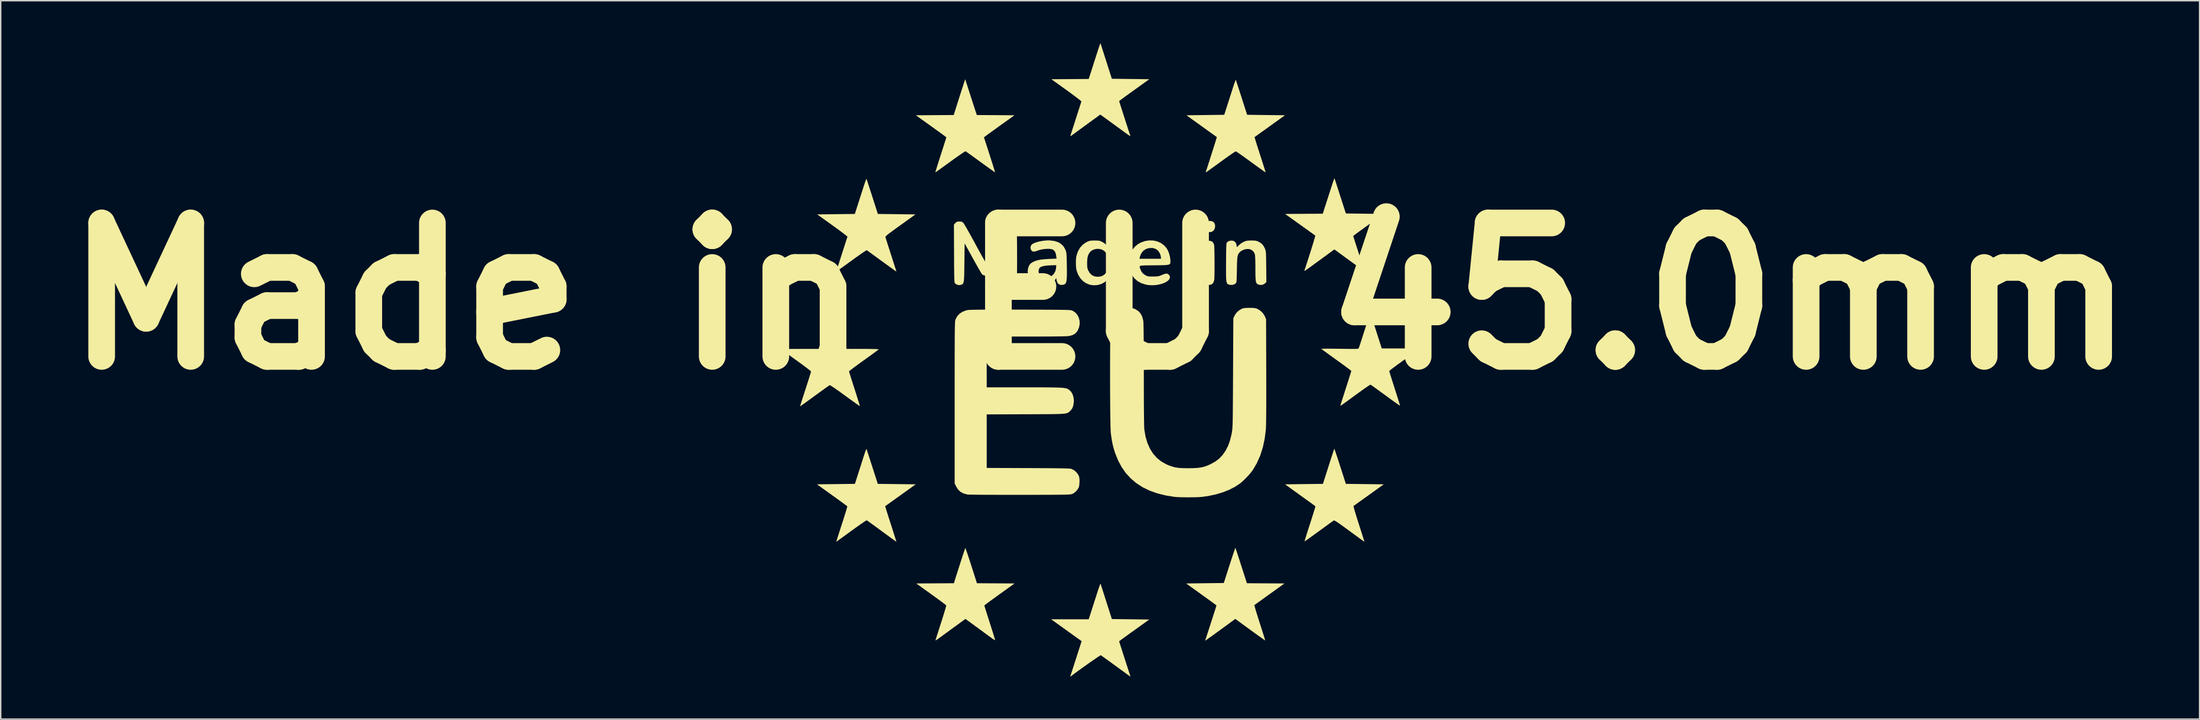
<source format=kicad_pcb>
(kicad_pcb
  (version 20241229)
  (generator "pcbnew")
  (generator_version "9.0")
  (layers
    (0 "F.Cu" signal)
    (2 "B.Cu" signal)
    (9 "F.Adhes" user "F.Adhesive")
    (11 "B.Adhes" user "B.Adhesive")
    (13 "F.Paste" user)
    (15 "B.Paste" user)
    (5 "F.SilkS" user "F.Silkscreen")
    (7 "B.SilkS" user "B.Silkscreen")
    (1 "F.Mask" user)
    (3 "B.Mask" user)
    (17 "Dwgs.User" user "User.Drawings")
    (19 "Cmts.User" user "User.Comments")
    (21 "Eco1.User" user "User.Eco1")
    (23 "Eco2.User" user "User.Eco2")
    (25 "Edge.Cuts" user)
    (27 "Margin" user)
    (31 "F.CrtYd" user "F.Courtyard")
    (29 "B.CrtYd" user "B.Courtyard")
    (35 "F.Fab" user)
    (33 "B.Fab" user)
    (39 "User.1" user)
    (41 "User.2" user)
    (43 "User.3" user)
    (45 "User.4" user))
  (footprint "Made in EU 45.0mm"
    (layer "F.Cu")
    (at 74.571 22.355)
    (property "Reference" "Made in EU 45.0mm" (at 0 -4.5 180) (layer "F.SilkS") (effects (font (size 9.423 9.423) (thickness 1.881))))
    (attr board_only exclude_from_pos_files exclude_from_bom)
    (fp_poly (pts (xy 7.812 -9.802) (xy 7.957 -9.758) (xy 8.052 -9.67) (xy 8.102 -9.537) (xy 8.111 -9.42) (xy 8.083 -9.255) (xy 8 -9.125) (xy 7.901 -9.052) (xy 7.788 -9.02) (xy 7.644 -9.014) (xy 7.497 -9.033) (xy 7.409 -9.06) (xy 7.307 -9.138) (xy 7.239 -9.256) (xy 7.211 -9.395) (xy 7.222 -9.537) (xy 7.277 -9.664) (xy 7.321 -9.715) (xy 7.391 -9.764) (xy 7.484 -9.793) (xy 7.616 -9.807)) (stroke (width 0) (type solid)) (fill yes) (layer "F.SilkS"))
    (fp_poly (pts (xy 7.832 -8.383) (xy 7.947 -8.309) (xy 8.019 -8.183) (xy 8.04 -8.104) (xy 8.047 -8.032) (xy 8.054 -7.904) (xy 8.059 -7.728) (xy 8.064 -7.516) (xy 8.067 -7.278) (xy 8.069 -7.023) (xy 8.07 -6.763) (xy 8.07 -6.507) (xy 8.069 -6.265) (xy 8.066 -6.048) (xy 8.062 -5.865) (xy 8.057 -5.728) (xy 8.05 -5.647) (xy 7.999 -5.478) (xy 7.937 -5.391) (xy 7.867 -5.328) (xy 7.792 -5.299) (xy 7.682 -5.292) (xy 7.678 -5.292) (xy 7.532 -5.308) (xy 7.427 -5.358) (xy 7.425 -5.36) (xy 7.356 -5.44) (xy 7.306 -5.543) (xy 7.303 -5.553) (xy 7.294 -5.621) (xy 7.286 -5.747) (xy 7.279 -5.919) (xy 7.274 -6.13) (xy 7.271 -6.368) (xy 7.269 -6.624) (xy 7.268 -6.889) (xy 7.269 -7.152) (xy 7.272 -7.404) (xy 7.276 -7.635) (xy 7.281 -7.835) (xy 7.288 -7.995) (xy 7.296 -8.104) (xy 7.303 -8.146) (xy 7.37 -8.283) (xy 7.48 -8.37) (xy 7.634 -8.406) (xy 7.673 -8.407)) (stroke (width 0) (type solid)) (fill yes) (layer "F.SilkS"))
    (fp_poly (pts (xy 16.539 -12.799) (xy 16.541 -12.795) (xy 16.555 -12.752) (xy 16.587 -12.653) (xy 16.635 -12.506) (xy 16.696 -12.316) (xy 16.769 -12.092) (xy 16.85 -11.841) (xy 16.937 -11.57) (xy 16.947 -11.539) (xy 17.336 -10.333) (xy 18.668 -10.316) (xy 19.999 -10.299) (xy 18.926 -9.53) (xy 18.69 -9.361) (xy 18.472 -9.203) (xy 18.278 -9.062) (xy 18.113 -8.942) (xy 17.984 -8.846) (xy 17.896 -8.779) (xy 17.855 -8.746) (xy 17.853 -8.743) (xy 17.863 -8.708) (xy 17.892 -8.617) (xy 17.936 -8.476) (xy 17.995 -8.292) (xy 18.066 -8.072) (xy 18.146 -7.824) (xy 18.233 -7.555) (xy 18.25 -7.503) (xy 18.338 -7.23) (xy 18.419 -6.978) (xy 18.49 -6.754) (xy 18.55 -6.564) (xy 18.596 -6.415) (xy 18.625 -6.315) (xy 18.637 -6.271) (xy 18.637 -6.269) (xy 18.609 -6.286) (xy 18.533 -6.338) (xy 18.414 -6.421) (xy 18.26 -6.531) (xy 18.074 -6.665) (xy 17.864 -6.817) (xy 17.635 -6.983) (xy 17.576 -7.026) (xy 16.524 -7.794) (xy 15.522 -7.061) (xy 15.245 -6.858) (xy 15.017 -6.691) (xy 14.834 -6.558) (xy 14.691 -6.456) (xy 14.583 -6.38) (xy 14.506 -6.328) (xy 14.455 -6.296) (xy 14.425 -6.283) (xy 14.411 -6.283) (xy 14.41 -6.295) (xy 14.415 -6.316) (xy 14.416 -6.319) (xy 14.524 -6.647) (xy 14.63 -6.973) (xy 14.732 -7.29) (xy 14.828 -7.593) (xy 14.917 -7.874) (xy 14.995 -8.129) (xy 15.062 -8.35) (xy 15.116 -8.531) (xy 15.154 -8.666) (xy 15.174 -8.749) (xy 15.177 -8.774) (xy 15.144 -8.797) (xy 15.063 -8.855) (xy 14.94 -8.943) (xy 14.781 -9.057) (xy 14.592 -9.193) (xy 14.378 -9.346) (xy 14.147 -9.512) (xy 14.1 -9.546) (xy 13.05 -10.299) (xy 14.378 -10.308) (xy 15.706 -10.317) (xy 15.994 -11.212) (xy 16.112 -11.578) (xy 16.211 -11.885) (xy 16.293 -12.138) (xy 16.36 -12.342) (xy 16.413 -12.502) (xy 16.454 -12.621) (xy 16.485 -12.707) (xy 16.507 -12.762) (xy 16.523 -12.793) (xy 16.533 -12.803)) (stroke (width 0) (type solid)) (fill yes) (layer "F.SilkS"))
    (fp_poly (pts (xy 0.043 15.853) (xy 0.074 15.951) (xy 0.122 16.099) (xy 0.182 16.288) (xy 0.254 16.513) (xy 0.335 16.765) (xy 0.422 17.037) (xy 0.436 17.082) (xy 0.827 18.304) (xy 2.145 18.321) (xy 3.463 18.338) (xy 2.477 19.046) (xy 2.247 19.211) (xy 2.032 19.365) (xy 1.839 19.505) (xy 1.673 19.625) (xy 1.543 19.72) (xy 1.454 19.786) (xy 1.414 19.816) (xy 1.338 19.878) (xy 1.725 21.084) (xy 1.813 21.357) (xy 1.895 21.61) (xy 1.968 21.837) (xy 2.03 22.03) (xy 2.079 22.183) (xy 2.113 22.287) (xy 2.128 22.335) (xy 2.129 22.337) (xy 2.13 22.365) (xy 2.102 22.35) (xy 2.056 22.315) (xy 1.964 22.248) (xy 1.835 22.154) (xy 1.676 22.038) (xy 1.494 21.906) (xy 1.297 21.762) (xy 1.092 21.613) (xy 0.887 21.464) (xy 0.688 21.32) (xy 0.504 21.186) (xy 0.341 21.068) (xy 0.206 20.971) (xy 0.108 20.901) (xy 0.054 20.862) (xy 0.045 20.856) (xy 0.013 20.871) (xy -0.067 20.921) (xy -0.186 21) (xy -0.339 21.104) (xy -0.518 21.227) (xy -0.715 21.365) (xy -0.925 21.513) (xy -1.14 21.666) (xy -1.353 21.819) (xy -1.557 21.966) (xy -1.745 22.104) (xy -1.909 22.227) (xy -2.044 22.329) (xy -2.075 22.353) (xy -2.109 22.372) (xy -2.105 22.341) (xy -2.104 22.34) (xy -2.09 22.296) (xy -2.058 22.197) (xy -2.011 22.053) (xy -1.952 21.871) (xy -1.884 21.662) (xy -1.811 21.433) (xy -1.734 21.194) (xy -1.657 20.955) (xy -1.583 20.723) (xy -1.514 20.509) (xy -1.454 20.32) (xy -1.404 20.165) (xy -1.369 20.055) (xy -1.354 20.006) (xy -1.31 19.865) (xy -2.385 19.093) (xy -3.459 18.321) (xy -2.133 18.321) (xy -0.808 18.321) (xy -0.569 17.576) (xy -0.487 17.322) (xy -0.4 17.05) (xy -0.313 16.779) (xy -0.233 16.531) (xy -0.167 16.323) (xy -0.158 16.297) (xy -0.101 16.124) (xy -0.051 15.981) (xy -0.009 15.875) (xy 0.019 15.817) (xy 0.029 15.811)) (stroke (width 0) (type solid)) (fill yes) (layer "F.SilkS"))
    (fp_poly (pts (xy -9.247 -18.957) (xy -9.165 -18.703) (xy -9.081 -18.444) (xy -9.001 -18.196) (xy -8.929 -17.973) (xy -8.869 -17.789) (xy -8.838 -17.693) (xy -8.703 -17.283) (xy -7.374 -17.275) (xy -6.046 -17.266) (xy -7 -16.582) (xy -7.229 -16.418) (xy -7.444 -16.262) (xy -7.64 -16.121) (xy -7.809 -15.999) (xy -7.944 -15.901) (xy -8.037 -15.833) (xy -8.076 -15.803) (xy -8.198 -15.709) (xy -7.801 -14.479) (xy -7.714 -14.206) (xy -7.633 -13.953) (xy -7.562 -13.728) (xy -7.503 -13.537) (xy -7.458 -13.387) (xy -7.428 -13.286) (xy -7.416 -13.24) (xy -7.416 -13.238) (xy -7.445 -13.255) (xy -7.522 -13.307) (xy -7.64 -13.39) (xy -7.795 -13.5) (xy -7.979 -13.632) (xy -8.188 -13.784) (xy -8.415 -13.949) (xy -8.442 -13.968) (xy -8.672 -14.136) (xy -8.886 -14.292) (xy -9.078 -14.43) (xy -9.241 -14.547) (xy -9.369 -14.639) (xy -9.457 -14.699) (xy -9.497 -14.726) (xy -9.498 -14.726) (xy -9.534 -14.711) (xy -9.617 -14.659) (xy -9.742 -14.577) (xy -9.902 -14.467) (xy -10.092 -14.334) (xy -10.305 -14.183) (xy -10.535 -14.017) (xy -10.577 -13.986) (xy -10.808 -13.818) (xy -11.023 -13.662) (xy -11.214 -13.524) (xy -11.376 -13.407) (xy -11.503 -13.317) (xy -11.589 -13.256) (xy -11.628 -13.231) (xy -11.63 -13.23) (xy -11.623 -13.261) (xy -11.598 -13.348) (xy -11.557 -13.486) (xy -11.501 -13.666) (xy -11.433 -13.883) (xy -11.355 -14.13) (xy -11.269 -14.398) (xy -11.249 -14.461) (xy -11.161 -14.735) (xy -11.079 -14.988) (xy -11.007 -15.214) (xy -10.946 -15.406) (xy -10.898 -15.557) (xy -10.866 -15.659) (xy -10.852 -15.706) (xy -10.852 -15.708) (xy -10.878 -15.731) (xy -10.953 -15.788) (xy -11.071 -15.876) (xy -11.226 -15.989) (xy -11.412 -16.125) (xy -11.624 -16.278) (xy -11.856 -16.445) (xy -11.927 -16.496) (xy -13.001 -17.266) (xy -11.667 -17.275) (xy -10.333 -17.284) (xy -10.017 -18.28) (xy -9.934 -18.541) (xy -9.853 -18.794) (xy -9.778 -19.03) (xy -9.711 -19.236) (xy -9.657 -19.403) (xy -9.619 -19.52) (xy -9.611 -19.544) (xy -9.522 -19.811)) (stroke (width 0) (type solid)) (fill yes) (layer "F.SilkS"))
    (fp_poly (pts (xy -9.502 13.315) (xy -9.469 13.398) (xy -9.422 13.531) (xy -9.361 13.709) (xy -9.289 13.923) (xy -9.208 14.168) (xy -9.121 14.438) (xy -9.094 14.52) (xy -8.694 15.775) (xy -7.367 15.783) (xy -6.04 15.792) (xy -7.106 16.558) (xy -7.341 16.728) (xy -7.558 16.885) (xy -7.752 17.027) (xy -7.915 17.148) (xy -8.044 17.244) (xy -8.131 17.311) (xy -8.171 17.345) (xy -8.172 17.347) (xy -8.163 17.384) (xy -8.134 17.476) (xy -8.09 17.619) (xy -8.032 17.803) (xy -7.962 18.023) (xy -7.883 18.271) (xy -7.797 18.54) (xy -7.787 18.572) (xy -7.7 18.843) (xy -7.621 19.094) (xy -7.551 19.317) (xy -7.493 19.507) (xy -7.448 19.654) (xy -7.42 19.754) (xy -7.41 19.797) (xy -7.41 19.798) (xy -7.438 19.79) (xy -7.509 19.748) (xy -7.61 19.68) (xy -7.704 19.613) (xy -7.808 19.536) (xy -7.957 19.427) (xy -8.138 19.295) (xy -8.341 19.146) (xy -8.555 18.989) (xy -8.747 18.849) (xy -9.505 18.294) (xy -10.422 18.963) (xy -10.646 19.127) (xy -10.859 19.283) (xy -11.054 19.425) (xy -11.222 19.547) (xy -11.356 19.644) (xy -11.449 19.711) (xy -11.483 19.735) (xy -11.567 19.792) (xy -11.608 19.813) (xy -11.616 19.799) (xy -11.606 19.757) (xy -11.59 19.707) (xy -11.557 19.602) (xy -11.508 19.448) (xy -11.446 19.254) (xy -11.373 19.027) (xy -11.292 18.776) (xy -11.214 18.53) (xy -11.129 18.264) (xy -11.053 18.018) (xy -10.986 17.799) (xy -10.931 17.614) (xy -10.891 17.471) (xy -10.867 17.377) (xy -10.861 17.34) (xy -10.891 17.312) (xy -10.97 17.25) (xy -11.091 17.157) (xy -11.248 17.04) (xy -11.436 16.901) (xy -11.649 16.746) (xy -11.88 16.579) (xy -11.925 16.546) (xy -12.974 15.792) (xy -11.646 15.783) (xy -10.318 15.775) (xy -10.254 15.566) (xy -10.188 15.354) (xy -10.114 15.12) (xy -10.035 14.871) (xy -9.953 14.614) (xy -9.871 14.359) (xy -9.792 14.114) (xy -9.718 13.886) (xy -9.651 13.683) (xy -9.595 13.515) (xy -9.552 13.387) (xy -9.525 13.31) (xy -9.516 13.29)) (stroke (width 0) (type solid)) (fill yes) (layer "F.SilkS"))
    (fp_poly (pts (xy 3.737 -8.424) (xy 4.012 -8.365) (xy 4.265 -8.257) (xy 4.488 -8.103) (xy 4.671 -7.903) (xy 4.771 -7.741) (xy 4.857 -7.528) (xy 4.921 -7.287) (xy 4.954 -7.053) (xy 4.957 -6.98) (xy 4.956 -6.901) (xy 4.951 -6.837) (xy 4.934 -6.787) (xy 4.898 -6.749) (xy 4.837 -6.721) (xy 4.745 -6.702) (xy 4.615 -6.689) (xy 4.44 -6.681) (xy 4.214 -6.677) (xy 3.93 -6.673) (xy 3.798 -6.672) (xy 3.504 -6.67) (xy 3.27 -6.667) (xy 3.091 -6.663) (xy 2.959 -6.656) (xy 2.87 -6.643) (xy 2.815 -6.623) (xy 2.789 -6.595) (xy 2.786 -6.557) (xy 2.799 -6.506) (xy 2.822 -6.442) (xy 2.834 -6.409) (xy 2.91 -6.234) (xy 3.011 -6.103) (xy 3.154 -5.996) (xy 3.194 -5.973) (xy 3.275 -5.931) (xy 3.347 -5.904) (xy 3.428 -5.888) (xy 3.535 -5.881) (xy 3.687 -5.88) (xy 3.735 -5.88) (xy 3.907 -5.883) (xy 4.033 -5.891) (xy 4.133 -5.908) (xy 4.228 -5.938) (xy 4.321 -5.976) (xy 4.492 -6.045) (xy 4.619 -6.081) (xy 4.712 -6.086) (xy 4.785 -6.06) (xy 4.838 -6.017) (xy 4.911 -5.91) (xy 4.925 -5.802) (xy 4.884 -5.697) (xy 4.796 -5.596) (xy 4.667 -5.504) (xy 4.503 -5.423) (xy 4.312 -5.355) (xy 4.099 -5.304) (xy 3.871 -5.273) (xy 3.635 -5.264) (xy 3.397 -5.28) (xy 3.229 -5.308) (xy 2.913 -5.407) (xy 2.643 -5.553) (xy 2.421 -5.746) (xy 2.247 -5.982) (xy 2.125 -6.26) (xy 2.055 -6.578) (xy 2.039 -6.849) (xy 2.06 -7.134) (xy 2.775 -7.134) (xy 3.531 -7.134) (xy 4.287 -7.134) (xy 4.287 -7.243) (xy 4.272 -7.336) (xy 4.235 -7.454) (xy 4.206 -7.526) (xy 4.091 -7.7) (xy 3.936 -7.822) (xy 3.745 -7.888) (xy 3.674 -7.897) (xy 3.434 -7.887) (xy 3.221 -7.818) (xy 3.042 -7.695) (xy 2.904 -7.523) (xy 2.813 -7.307) (xy 2.797 -7.243) (xy 2.775 -7.134) (xy 2.06 -7.134) (xy 2.065 -7.198) (xy 2.145 -7.507) (xy 2.277 -7.776) (xy 2.462 -8.003) (xy 2.698 -8.188) (xy 2.867 -8.28) (xy 3.156 -8.383) (xy 3.449 -8.431)) (stroke (width 0) (type solid)) (fill yes) (layer "F.SilkS"))
    (fp_poly (pts (xy 9.546 13.293) (xy 9.56 13.326) (xy 9.58 13.385) (xy 9.611 13.474) (xy 9.652 13.598) (xy 9.705 13.761) (xy 9.772 13.968) (xy 9.855 14.224) (xy 9.954 14.534) (xy 10.072 14.901) (xy 10.097 14.98) (xy 10.353 15.775) (xy 11.677 15.783) (xy 13.001 15.792) (xy 11.955 16.546) (xy 11.721 16.714) (xy 11.504 16.87) (xy 11.31 17.01) (xy 11.145 17.128) (xy 11.015 17.222) (xy 10.926 17.286) (xy 10.884 17.315) (xy 10.882 17.317) (xy 10.886 17.352) (xy 10.909 17.443) (xy 10.949 17.584) (xy 11.003 17.768) (xy 11.071 17.987) (xy 11.148 18.236) (xy 11.234 18.506) (xy 11.255 18.571) (xy 11.343 18.845) (xy 11.424 19.098) (xy 11.496 19.324) (xy 11.556 19.516) (xy 11.602 19.666) (xy 11.632 19.768) (xy 11.645 19.815) (xy 11.645 19.817) (xy 11.616 19.8) (xy 11.54 19.748) (xy 11.421 19.664) (xy 11.266 19.554) (xy 11.081 19.42) (xy 10.87 19.268) (xy 10.641 19.102) (xy 10.584 19.06) (xy 9.534 18.294) (xy 9.364 18.419) (xy 9.14 18.584) (xy 8.907 18.755) (xy 8.671 18.927) (xy 8.438 19.097) (xy 8.214 19.26) (xy 8.006 19.41) (xy 7.819 19.545) (xy 7.661 19.658) (xy 7.537 19.746) (xy 7.454 19.804) (xy 7.418 19.828) (xy 7.417 19.828) (xy 7.411 19.808) (xy 7.413 19.803) (xy 7.426 19.767) (xy 7.456 19.677) (xy 7.501 19.539) (xy 7.559 19.364) (xy 7.625 19.158) (xy 7.699 18.932) (xy 7.776 18.693) (xy 7.854 18.45) (xy 7.931 18.211) (xy 8.004 17.984) (xy 8.069 17.78) (xy 8.125 17.604) (xy 8.168 17.467) (xy 8.196 17.377) (xy 8.206 17.342) (xy 8.206 17.342) (xy 8.18 17.32) (xy 8.105 17.264) (xy 7.987 17.177) (xy 7.832 17.063) (xy 7.646 16.928) (xy 7.435 16.775) (xy 7.204 16.609) (xy 7.137 16.561) (xy 6.068 15.792) (xy 7.396 15.775) (xy 8.723 15.759) (xy 9.124 14.511) (xy 9.212 14.237) (xy 9.295 13.984) (xy 9.369 13.76) (xy 9.433 13.571) (xy 9.483 13.423) (xy 9.519 13.324) (xy 9.537 13.281) (xy 9.539 13.279)) (stroke (width 0) (type solid)) (fill yes) (layer "F.SilkS"))
    (fp_poly (pts (xy 0.035 -22.317) (xy 0.065 -22.222) (xy 0.111 -22.078) (xy 0.171 -21.891) (xy 0.242 -21.669) (xy 0.322 -21.418) (xy 0.409 -21.147) (xy 0.429 -21.084) (xy 0.825 -19.845) (xy 2.146 -19.828) (xy 3.467 -19.811) (xy 2.403 -19.048) (xy 2.168 -18.879) (xy 1.952 -18.722) (xy 1.759 -18.582) (xy 1.595 -18.462) (xy 1.468 -18.368) (xy 1.381 -18.302) (xy 1.342 -18.271) (xy 1.34 -18.269) (xy 1.35 -18.236) (xy 1.377 -18.147) (xy 1.42 -18.012) (xy 1.475 -17.838) (xy 1.54 -17.635) (xy 1.612 -17.41) (xy 1.688 -17.172) (xy 1.766 -16.93) (xy 1.843 -16.691) (xy 1.916 -16.465) (xy 1.982 -16.26) (xy 2.039 -16.084) (xy 2.084 -15.946) (xy 2.11 -15.866) (xy 2.12 -15.838) (xy 2.129 -15.815) (xy 2.13 -15.801) (xy 2.118 -15.799) (xy 2.09 -15.812) (xy 2.04 -15.844) (xy 1.962 -15.897) (xy 1.853 -15.975) (xy 1.707 -16.081) (xy 1.518 -16.218) (xy 1.284 -16.389) (xy 1.139 -16.495) (xy 0.916 -16.658) (xy 0.706 -16.81) (xy 0.517 -16.948) (xy 0.355 -17.066) (xy 0.228 -17.158) (xy 0.143 -17.219) (xy 0.113 -17.241) (xy 0.008 -17.315) (xy -0.892 -16.659) (xy -1.116 -16.495) (xy -1.329 -16.34) (xy -1.525 -16.197) (xy -1.694 -16.073) (xy -1.83 -15.974) (xy -1.924 -15.906) (xy -1.955 -15.883) (xy -2.044 -15.819) (xy -2.09 -15.793) (xy -2.103 -15.801) (xy -2.094 -15.841) (xy -2.093 -15.845) (xy -2.078 -15.893) (xy -2.045 -15.995) (xy -1.998 -16.143) (xy -1.939 -16.327) (xy -1.871 -16.539) (xy -1.796 -16.77) (xy -1.719 -17.011) (xy -1.641 -17.254) (xy -1.566 -17.488) (xy -1.496 -17.706) (xy -1.434 -17.899) (xy -1.384 -18.057) (xy -1.347 -18.172) (xy -1.326 -18.234) (xy -1.324 -18.242) (xy -1.347 -18.269) (xy -1.42 -18.331) (xy -1.535 -18.422) (xy -1.688 -18.539) (xy -1.872 -18.678) (xy -2.083 -18.833) (xy -2.313 -19) (xy -2.376 -19.046) (xy -3.441 -19.811) (xy -2.124 -19.82) (xy -0.807 -19.829) (xy -0.568 -20.574) (xy -0.487 -20.828) (xy -0.4 -21.1) (xy -0.313 -21.37) (xy -0.233 -21.619) (xy -0.167 -21.826) (xy -0.158 -21.852) (xy -0.102 -22.026) (xy -0.052 -22.173) (xy -0.012 -22.282) (xy 0.014 -22.345) (xy 0.022 -22.355)) (stroke (width 0) (type solid)) (fill yes) (layer "F.SilkS"))
    (fp_poly (pts (xy 16.532 6.306) (xy 16.563 6.391) (xy 16.61 6.526) (xy 16.67 6.705) (xy 16.742 6.92) (xy 16.822 7.166) (xy 16.91 7.435) (xy 16.934 7.512) (xy 17.335 8.759) (xy 18.672 8.775) (xy 20.008 8.792) (xy 18.959 9.546) (xy 18.724 9.714) (xy 18.506 9.87) (xy 18.311 10.01) (xy 18.145 10.129) (xy 18.013 10.223) (xy 17.923 10.288) (xy 17.879 10.319) (xy 17.877 10.32) (xy 17.879 10.357) (xy 17.901 10.451) (xy 17.941 10.597) (xy 17.998 10.791) (xy 18.069 11.027) (xy 18.154 11.298) (xy 18.248 11.592) (xy 18.337 11.868) (xy 18.418 12.123) (xy 18.491 12.35) (xy 18.552 12.542) (xy 18.599 12.694) (xy 18.631 12.797) (xy 18.645 12.845) (xy 18.645 12.848) (xy 18.618 12.83) (xy 18.542 12.776) (xy 18.424 12.692) (xy 18.27 12.58) (xy 18.085 12.446) (xy 17.875 12.293) (xy 17.646 12.125) (xy 17.587 12.082) (xy 17.32 11.886) (xy 17.101 11.727) (xy 16.925 11.601) (xy 16.787 11.505) (xy 16.682 11.434) (xy 16.605 11.387) (xy 16.549 11.359) (xy 16.511 11.347) (xy 16.484 11.347) (xy 16.465 11.355) (xy 16.423 11.384) (xy 16.333 11.449) (xy 16.202 11.543) (xy 16.037 11.662) (xy 15.844 11.803) (xy 15.63 11.958) (xy 15.413 12.117) (xy 15.188 12.28) (xy 14.981 12.43) (xy 14.797 12.562) (xy 14.643 12.672) (xy 14.525 12.754) (xy 14.448 12.806) (xy 14.419 12.822) (xy 14.426 12.789) (xy 14.452 12.699) (xy 14.494 12.559) (xy 14.551 12.376) (xy 14.62 12.157) (xy 14.699 11.91) (xy 14.785 11.641) (xy 14.803 11.588) (xy 14.891 11.315) (xy 14.971 11.063) (xy 15.042 10.837) (xy 15.101 10.646) (xy 15.147 10.496) (xy 15.176 10.394) (xy 15.187 10.348) (xy 15.187 10.346) (xy 15.156 10.32) (xy 15.082 10.263) (xy 14.973 10.182) (xy 14.839 10.084) (xy 14.78 10.042) (xy 14.634 9.937) (xy 14.448 9.803) (xy 14.237 9.651) (xy 14.014 9.49) (xy 13.795 9.332) (xy 13.716 9.275) (xy 13.046 8.792) (xy 14.381 8.775) (xy 15.717 8.759) (xy 16.111 7.525) (xy 16.199 7.251) (xy 16.281 6.998) (xy 16.354 6.771) (xy 16.417 6.58) (xy 16.467 6.429) (xy 16.501 6.327) (xy 16.518 6.281) (xy 16.52 6.278)) (stroke (width 0) (type solid)) (fill yes) (layer "F.SilkS"))
    (fp_poly (pts (xy -16.483 6.297) (xy -16.469 6.339) (xy -16.437 6.438) (xy -16.389 6.586) (xy -16.328 6.775) (xy -16.255 7) (xy -16.174 7.251) (xy -16.087 7.522) (xy -16.077 7.553) (xy -15.689 8.759) (xy -14.352 8.775) (xy -13.015 8.792) (xy -14.085 9.56) (xy -14.321 9.729) (xy -14.54 9.886) (xy -14.735 10.025) (xy -14.9 10.144) (xy -15.031 10.238) (xy -15.121 10.302) (xy -15.163 10.333) (xy -15.166 10.335) (xy -15.158 10.367) (xy -15.132 10.456) (xy -15.09 10.596) (xy -15.033 10.778) (xy -14.964 10.997) (xy -14.885 11.245) (xy -14.798 11.515) (xy -14.774 11.592) (xy -14.685 11.867) (xy -14.604 12.122) (xy -14.532 12.349) (xy -14.471 12.542) (xy -14.424 12.693) (xy -14.392 12.796) (xy -14.379 12.844) (xy -14.378 12.847) (xy -14.406 12.829) (xy -14.482 12.775) (xy -14.599 12.691) (xy -14.753 12.579) (xy -14.937 12.445) (xy -15.146 12.292) (xy -15.372 12.126) (xy -15.407 12.1) (xy -15.638 11.931) (xy -15.852 11.774) (xy -16.045 11.634) (xy -16.209 11.515) (xy -16.338 11.423) (xy -16.426 11.36) (xy -16.468 11.332) (xy -16.47 11.332) (xy -16.505 11.347) (xy -16.588 11.398) (xy -16.713 11.481) (xy -16.873 11.591) (xy -17.063 11.724) (xy -17.276 11.876) (xy -17.508 12.043) (xy -17.567 12.086) (xy -17.799 12.256) (xy -18.014 12.413) (xy -18.206 12.552) (xy -18.368 12.669) (xy -18.495 12.76) (xy -18.581 12.821) (xy -18.621 12.847) (xy -18.622 12.848) (xy -18.613 12.815) (xy -18.584 12.725) (xy -18.54 12.586) (xy -18.481 12.403) (xy -18.411 12.184) (xy -18.331 11.936) (xy -18.244 11.666) (xy -18.224 11.602) (xy -18.135 11.328) (xy -18.055 11.073) (xy -17.984 10.846) (xy -17.925 10.652) (xy -17.879 10.499) (xy -17.85 10.395) (xy -17.839 10.346) (xy -17.839 10.343) (xy -17.869 10.319) (xy -17.947 10.26) (xy -18.068 10.171) (xy -18.225 10.056) (xy -18.413 9.919) (xy -18.626 9.765) (xy -18.858 9.598) (xy -18.917 9.556) (xy -19.979 8.792) (xy -18.641 8.775) (xy -17.303 8.759) (xy -17.041 7.938) (xy -16.96 7.685) (xy -16.877 7.425) (xy -16.797 7.174) (xy -16.724 6.947) (xy -16.665 6.76) (xy -16.64 6.682) (xy -16.589 6.528) (xy -16.544 6.406) (xy -16.508 6.325) (xy -16.487 6.294)) (stroke (width 0) (type solid)) (fill yes) (layer "F.SilkS"))
    (fp_poly (pts (xy 9.59 -19.718) (xy 9.622 -19.62) (xy 9.67 -19.472) (xy 9.731 -19.282) (xy 9.804 -19.058) (xy 9.885 -18.807) (xy 9.972 -18.536) (xy 9.982 -18.505) (xy 10.369 -17.299) (xy 11.705 -17.283) (xy 13.04 -17.266) (xy 11.971 -16.499) (xy 11.736 -16.329) (xy 11.517 -16.173) (xy 11.323 -16.033) (xy 11.157 -15.914) (xy 11.027 -15.821) (xy 10.938 -15.756) (xy 10.895 -15.726) (xy 10.893 -15.724) (xy 10.9 -15.692) (xy 10.927 -15.603) (xy 10.97 -15.464) (xy 11.026 -15.282) (xy 11.095 -15.064) (xy 11.174 -14.816) (xy 11.261 -14.547) (xy 11.282 -14.482) (xy 11.37 -14.208) (xy 11.451 -13.954) (xy 11.522 -13.728) (xy 11.582 -13.537) (xy 11.628 -13.386) (xy 11.658 -13.284) (xy 11.67 -13.237) (xy 11.67 -13.235) (xy 11.642 -13.251) (xy 11.566 -13.303) (xy 11.447 -13.386) (xy 11.293 -13.497) (xy 11.108 -13.629) (xy 10.899 -13.781) (xy 10.672 -13.946) (xy 10.637 -13.972) (xy 10.406 -14.14) (xy 10.19 -14.295) (xy 9.997 -14.433) (xy 9.831 -14.548) (xy 9.7 -14.638) (xy 9.61 -14.696) (xy 9.566 -14.72) (xy 9.564 -14.72) (xy 9.527 -14.701) (xy 9.442 -14.647) (xy 9.315 -14.561) (xy 9.154 -14.449) (xy 8.963 -14.314) (xy 8.75 -14.161) (xy 8.52 -13.995) (xy 8.494 -13.975) (xy 8.264 -13.808) (xy 8.052 -13.654) (xy 7.862 -13.517) (xy 7.702 -13.402) (xy 7.577 -13.313) (xy 7.493 -13.254) (xy 7.457 -13.23) (xy 7.456 -13.23) (xy 7.453 -13.257) (xy 7.47 -13.322) (xy 7.516 -13.461) (xy 7.573 -13.637) (xy 7.64 -13.844) (xy 7.713 -14.072) (xy 7.79 -14.313) (xy 7.868 -14.559) (xy 7.945 -14.801) (xy 8.018 -15.032) (xy 8.085 -15.243) (xy 8.142 -15.426) (xy 8.187 -15.572) (xy 8.218 -15.673) (xy 8.231 -15.722) (xy 8.232 -15.724) (xy 8.204 -15.745) (xy 8.127 -15.8) (xy 8.007 -15.886) (xy 7.851 -15.998) (xy 7.664 -16.133) (xy 7.452 -16.285) (xy 7.221 -16.451) (xy 7.156 -16.498) (xy 6.088 -17.266) (xy 7.422 -17.283) (xy 8.755 -17.299) (xy 8.991 -18.037) (xy 9.072 -18.288) (xy 9.158 -18.557) (xy 9.243 -18.823) (xy 9.321 -19.067) (xy 9.385 -19.269) (xy 9.393 -19.291) (xy 9.448 -19.461) (xy 9.499 -19.601) (xy 9.539 -19.703) (xy 9.566 -19.756) (xy 9.576 -19.76)) (stroke (width 0) (type solid)) (fill yes) (layer "F.SilkS"))
    (fp_poly (pts (xy -16.478 -12.75) (xy -16.446 -12.659) (xy -16.399 -12.518) (xy -16.339 -12.334) (xy -16.267 -12.114) (xy -16.187 -11.865) (xy -16.099 -11.595) (xy -16.08 -11.534) (xy -15.685 -10.299) (xy -14.359 -10.283) (xy -13.032 -10.266) (xy -14.103 -9.497) (xy -14.376 -9.301) (xy -14.599 -9.139) (xy -14.776 -9.008) (xy -14.913 -8.905) (xy -15.014 -8.825) (xy -15.084 -8.764) (xy -15.127 -8.72) (xy -15.149 -8.688) (xy -15.153 -8.665) (xy -15.152 -8.66) (xy -15.135 -8.607) (xy -15.101 -8.502) (xy -15.053 -8.352) (xy -14.994 -8.166) (xy -14.926 -7.953) (xy -14.852 -7.722) (xy -14.775 -7.482) (xy -14.697 -7.242) (xy -14.623 -7.009) (xy -14.554 -6.793) (xy -14.493 -6.604) (xy -14.443 -6.448) (xy -14.406 -6.337) (xy -14.387 -6.277) (xy -14.385 -6.27) (xy -14.389 -6.243) (xy -14.411 -6.251) (xy -14.444 -6.274) (xy -14.524 -6.331) (xy -14.643 -6.417) (xy -14.795 -6.526) (xy -14.971 -6.653) (xy -15.164 -6.793) (xy -15.367 -6.941) (xy -15.573 -7.09) (xy -15.774 -7.236) (xy -15.963 -7.373) (xy -16.132 -7.497) (xy -16.274 -7.6) (xy -16.382 -7.679) (xy -16.448 -7.728) (xy -16.462 -7.739) (xy -16.496 -7.726) (xy -16.578 -7.676) (xy -16.703 -7.595) (xy -16.866 -7.484) (xy -17.06 -7.348) (xy -17.28 -7.192) (xy -17.521 -7.017) (xy -17.549 -6.997) (xy -17.782 -6.828) (xy -17.998 -6.671) (xy -18.191 -6.531) (xy -18.355 -6.413) (xy -18.484 -6.321) (xy -18.572 -6.259) (xy -18.613 -6.231) (xy -18.616 -6.23) (xy -18.618 -6.255) (xy -18.61 -6.281) (xy -18.595 -6.324) (xy -18.563 -6.423) (xy -18.515 -6.571) (xy -18.453 -6.76) (xy -18.381 -6.983) (xy -18.301 -7.232) (xy -18.216 -7.495) (xy -18.13 -7.762) (xy -18.051 -8.009) (xy -17.98 -8.229) (xy -17.92 -8.415) (xy -17.873 -8.559) (xy -17.842 -8.654) (xy -17.83 -8.692) (xy -17.853 -8.719) (xy -17.926 -8.779) (xy -18.041 -8.87) (xy -18.194 -8.986) (xy -18.379 -9.124) (xy -18.59 -9.279) (xy -18.82 -9.446) (xy -18.89 -9.496) (xy -19.962 -10.266) (xy -18.636 -10.283) (xy -17.309 -10.299) (xy -17.148 -10.802) (xy -17.087 -10.99) (xy -17.012 -11.224) (xy -16.929 -11.483) (xy -16.843 -11.751) (xy -16.761 -12.006) (xy -16.747 -12.052) (xy -16.678 -12.262) (xy -16.617 -12.448) (xy -16.564 -12.601) (xy -16.523 -12.713) (xy -16.498 -12.775) (xy -16.491 -12.784)) (stroke (width 0) (type solid)) (fill yes) (layer "F.SilkS"))
    (fp_poly (pts (xy 10.83 -8.421) (xy 10.946 -8.413) (xy 11.037 -8.395) (xy 11.125 -8.362) (xy 11.196 -8.329) (xy 11.361 -8.227) (xy 11.489 -8.097) (xy 11.592 -7.924) (xy 11.633 -7.831) (xy 11.653 -7.778) (xy 11.669 -7.724) (xy 11.682 -7.661) (xy 11.691 -7.58) (xy 11.699 -7.474) (xy 11.704 -7.334) (xy 11.709 -7.153) (xy 11.712 -6.923) (xy 11.715 -6.635) (xy 11.716 -6.573) (xy 11.727 -5.492) (xy 11.627 -5.392) (xy 11.505 -5.314) (xy 11.356 -5.283) (xy 11.204 -5.3) (xy 11.1 -5.348) (xy 11.057 -5.381) (xy 11.024 -5.426) (xy 10.998 -5.49) (xy 10.98 -5.58) (xy 10.967 -5.704) (xy 10.958 -5.87) (xy 10.954 -6.084) (xy 10.952 -6.356) (xy 10.952 -6.461) (xy 10.951 -6.741) (xy 10.946 -6.986) (xy 10.939 -7.188) (xy 10.93 -7.341) (xy 10.919 -7.436) (xy 10.915 -7.451) (xy 10.84 -7.611) (xy 10.718 -7.734) (xy 10.565 -7.809) (xy 10.51 -7.821) (xy 10.319 -7.822) (xy 10.126 -7.775) (xy 9.955 -7.688) (xy 9.883 -7.629) (xy 9.822 -7.568) (xy 9.774 -7.508) (xy 9.736 -7.443) (xy 9.708 -7.364) (xy 9.687 -7.261) (xy 9.672 -7.128) (xy 9.662 -6.955) (xy 9.654 -6.734) (xy 9.648 -6.457) (xy 9.647 -6.373) (xy 9.641 -6.102) (xy 9.636 -5.889) (xy 9.631 -5.728) (xy 9.624 -5.609) (xy 9.616 -5.525) (xy 9.605 -5.469) (xy 9.59 -5.431) (xy 9.572 -5.405) (xy 9.559 -5.391) (xy 9.447 -5.32) (xy 9.302 -5.286) (xy 9.152 -5.294) (xy 9.087 -5.309) (xy 9.033 -5.328) (xy 8.988 -5.357) (xy 8.953 -5.401) (xy 8.926 -5.467) (xy 8.907 -5.56) (xy 8.893 -5.687) (xy 8.885 -5.853) (xy 8.881 -6.065) (xy 8.88 -6.327) (xy 8.881 -6.646) (xy 8.883 -6.906) (xy 8.886 -7.24) (xy 8.888 -7.513) (xy 8.891 -7.733) (xy 8.895 -7.905) (xy 8.9 -8.035) (xy 8.906 -8.132) (xy 8.914 -8.199) (xy 8.924 -8.245) (xy 8.937 -8.276) (xy 8.952 -8.298) (xy 8.956 -8.303) (xy 9.064 -8.378) (xy 9.207 -8.417) (xy 9.336 -8.415) (xy 9.473 -8.365) (xy 9.57 -8.262) (xy 9.624 -8.112) (xy 9.626 -8.097) (xy 9.649 -7.943) (xy 9.782 -8.087) (xy 9.903 -8.194) (xy 10.055 -8.292) (xy 10.124 -8.327) (xy 10.231 -8.372) (xy 10.325 -8.401) (xy 10.428 -8.416) (xy 10.562 -8.422) (xy 10.668 -8.423)) (stroke (width 0) (type solid)) (fill yes) (layer "F.SilkS"))
    (fp_poly (pts (xy 1.112 -9.752) (xy 1.235 -9.69) (xy 1.281 -9.648) (xy 1.373 -9.545) (xy 1.373 -7.551) (xy 1.373 -7.12) (xy 1.373 -6.751) (xy 1.372 -6.44) (xy 1.369 -6.18) (xy 1.365 -5.967) (xy 1.36 -5.795) (xy 1.352 -5.661) (xy 1.341 -5.558) (xy 1.327 -5.481) (xy 1.31 -5.426) (xy 1.289 -5.388) (xy 1.263 -5.361) (xy 1.233 -5.341) (xy 1.202 -5.324) (xy 1.105 -5.296) (xy 0.977 -5.288) (xy 0.851 -5.3) (xy 0.771 -5.325) (xy 0.7 -5.394) (xy 0.641 -5.503) (xy 0.607 -5.628) (xy 0.603 -5.684) (xy 0.603 -5.776) (xy 0.498 -5.649) (xy 0.319 -5.483) (xy 0.099 -5.36) (xy -0.149 -5.285) (xy -0.414 -5.26) (xy -0.681 -5.29) (xy -0.739 -5.304) (xy -0.995 -5.407) (xy -1.221 -5.566) (xy -1.412 -5.776) (xy -1.562 -6.031) (xy -1.667 -6.324) (xy -1.673 -6.347) (xy -1.696 -6.49) (xy -1.709 -6.676) (xy -1.712 -6.849) (xy -0.92 -6.849) (xy -0.918 -6.674) (xy -0.91 -6.547) (xy -0.893 -6.45) (xy -0.865 -6.364) (xy -0.844 -6.314) (xy -0.726 -6.115) (xy -0.58 -5.975) (xy -0.402 -5.893) (xy -0.186 -5.863) (xy -0.167 -5.863) (xy -0.012 -5.877) (xy 0.13 -5.916) (xy 0.151 -5.925) (xy 0.326 -6.041) (xy 0.458 -6.208) (xy 0.547 -6.427) (xy 0.592 -6.697) (xy 0.596 -6.75) (xy 0.591 -7.055) (xy 0.54 -7.31) (xy 0.443 -7.518) (xy 0.3 -7.677) (xy 0.168 -7.762) (xy -0.016 -7.823) (xy -0.216 -7.835) (xy -0.411 -7.8) (xy -0.585 -7.721) (xy -0.693 -7.632) (xy -0.795 -7.496) (xy -0.864 -7.339) (xy -0.904 -7.148) (xy -0.92 -6.908) (xy -0.92 -6.849) (xy -1.712 -6.849) (xy -1.712 -6.881) (xy -1.706 -7.083) (xy -1.689 -7.258) (xy -1.672 -7.352) (xy -1.569 -7.654) (xy -1.42 -7.915) (xy -1.229 -8.129) (xy -1.001 -8.29) (xy -0.929 -8.327) (xy -0.822 -8.372) (xy -0.729 -8.401) (xy -0.626 -8.416) (xy -0.493 -8.422) (xy -0.385 -8.422) (xy -0.224 -8.421) (xy -0.109 -8.412) (xy -0.019 -8.394) (xy 0.068 -8.361) (xy 0.146 -8.324) (xy 0.276 -8.244) (xy 0.404 -8.144) (xy 0.472 -8.077) (xy 0.603 -7.929) (xy 0.603 -8.719) (xy 0.605 -9.021) (xy 0.61 -9.262) (xy 0.619 -9.44) (xy 0.631 -9.553) (xy 0.641 -9.593) (xy 0.719 -9.691) (xy 0.836 -9.751) (xy 0.973 -9.772)) (stroke (width 0) (type solid)) (fill yes) (layer "F.SilkS"))
    (fp_poly (pts (xy -3.534 -8.43) (xy -3.22 -8.389) (xy -2.957 -8.303) (xy -2.741 -8.172) (xy -2.573 -7.995) (xy -2.451 -7.771) (xy -2.444 -7.754) (xy -2.42 -7.688) (xy -2.402 -7.623) (xy -2.387 -7.549) (xy -2.376 -7.457) (xy -2.368 -7.336) (xy -2.362 -7.179) (xy -2.357 -6.974) (xy -2.352 -6.712) (xy -2.352 -6.689) (xy -2.347 -6.353) (xy -2.346 -6.078) (xy -2.351 -5.857) (xy -2.361 -5.684) (xy -2.379 -5.552) (xy -2.406 -5.456) (xy -2.443 -5.388) (xy -2.49 -5.343) (xy -2.55 -5.313) (xy -2.612 -5.296) (xy -2.779 -5.286) (xy -2.914 -5.333) (xy -3.013 -5.436) (xy -3.071 -5.591) (xy -3.08 -5.64) (xy -3.098 -5.778) (xy -3.172 -5.652) (xy -3.302 -5.497) (xy -3.48 -5.379) (xy -3.697 -5.303) (xy -3.944 -5.271) (xy -4.214 -5.286) (xy -4.258 -5.293) (xy -4.464 -5.348) (xy -4.649 -5.446) (xy -4.832 -5.597) (xy -4.845 -5.609) (xy -4.954 -5.726) (xy -5.023 -5.834) (xy -5.072 -5.963) (xy -5.075 -5.975) (xy -5.113 -6.214) (xy -5.109 -6.264) (xy -4.346 -6.264) (xy -4.332 -6.131) (xy -4.311 -6.076) (xy -4.201 -5.93) (xy -4.053 -5.837) (xy -3.873 -5.798) (xy -3.666 -5.816) (xy -3.608 -5.83) (xy -3.432 -5.912) (xy -3.286 -6.046) (xy -3.178 -6.22) (xy -3.118 -6.423) (xy -3.11 -6.499) (xy -3.098 -6.682) (xy -3.483 -6.672) (xy -3.767 -6.655) (xy -3.993 -6.621) (xy -4.16 -6.571) (xy -4.263 -6.506) (xy -4.267 -6.501) (xy -4.323 -6.397) (xy -4.346 -6.264) (xy -5.109 -6.264) (xy -5.092 -6.446) (xy -5.026 -6.628) (xy -4.961 -6.736) (xy -4.882 -6.818) (xy -4.771 -6.889) (xy -4.655 -6.947) (xy -4.518 -7) (xy -4.363 -7.042) (xy -4.179 -7.075) (xy -3.954 -7.099) (xy -3.678 -7.118) (xy -3.557 -7.124) (xy -3.078 -7.145) (xy -3.101 -7.332) (xy -3.137 -7.517) (xy -3.198 -7.652) (xy -3.29 -7.75) (xy -3.326 -7.774) (xy -3.434 -7.814) (xy -3.589 -7.834) (xy -3.774 -7.835) (xy -3.974 -7.817) (xy -4.171 -7.783) (xy -4.349 -7.732) (xy -4.367 -7.725) (xy -4.537 -7.666) (xy -4.662 -7.641) (xy -4.754 -7.649) (xy -4.824 -7.692) (xy -4.857 -7.729) (xy -4.911 -7.847) (xy -4.912 -7.978) (xy -4.861 -8.099) (xy -4.804 -8.16) (xy -4.679 -8.233) (xy -4.502 -8.3) (xy -4.29 -8.356) (xy -4.059 -8.4) (xy -3.823 -8.426) (xy -3.599 -8.433)) (stroke (width 0) (type solid)) (fill yes) (layer "F.SilkS"))
    (fp_poly (pts (xy -19.048 -3.229) (xy -19.016 -3.146) (xy -18.968 -3.012) (xy -18.907 -2.835) (xy -18.835 -2.62) (xy -18.755 -2.375) (xy -18.668 -2.106) (xy -18.642 -2.024) (xy -18.242 -0.77) (xy -16.923 -0.77) (xy -16.567 -0.77) (xy -16.265 -0.767) (xy -16.017 -0.763) (xy -15.828 -0.758) (xy -15.699 -0.751) (xy -15.632 -0.743) (xy -15.624 -0.738) (xy -15.655 -0.712) (xy -15.734 -0.651) (xy -15.856 -0.561) (xy -16.014 -0.444) (xy -16.202 -0.307) (xy -16.414 -0.153) (xy -16.645 0.013) (xy -16.681 0.039) (xy -16.913 0.206) (xy -17.127 0.362) (xy -17.317 0.501) (xy -17.476 0.621) (xy -17.601 0.716) (xy -17.683 0.781) (xy -17.717 0.813) (xy -17.718 0.814) (xy -17.708 0.852) (xy -17.68 0.947) (xy -17.635 1.091) (xy -17.577 1.277) (xy -17.507 1.498) (xy -17.428 1.747) (xy -17.341 2.016) (xy -17.33 2.05) (xy -17.244 2.321) (xy -17.164 2.571) (xy -17.095 2.793) (xy -17.037 2.981) (xy -16.993 3.127) (xy -16.965 3.225) (xy -16.955 3.267) (xy -16.956 3.268) (xy -16.985 3.252) (xy -17.062 3.2) (xy -17.181 3.117) (xy -17.336 3.007) (xy -17.522 2.875) (xy -17.731 2.723) (xy -17.959 2.557) (xy -18.001 2.526) (xy -18.258 2.34) (xy -18.489 2.175) (xy -18.688 2.036) (xy -18.852 1.924) (xy -18.975 1.844) (xy -19.054 1.799) (xy -19.081 1.79) (xy -19.118 1.813) (xy -19.203 1.872) (xy -19.329 1.96) (xy -19.49 2.075) (xy -19.679 2.212) (xy -19.89 2.364) (xy -20.106 2.522) (xy -20.374 2.717) (xy -20.592 2.876) (xy -20.766 3.003) (xy -20.901 3.1) (xy -21.002 3.172) (xy -21.073 3.222) (xy -21.121 3.254) (xy -21.149 3.27) (xy -21.163 3.275) (xy -21.167 3.271) (xy -21.168 3.265) (xy -21.158 3.23) (xy -21.13 3.138) (xy -21.085 2.996) (xy -21.027 2.812) (xy -20.957 2.593) (xy -20.877 2.346) (xy -20.791 2.078) (xy -20.783 2.053) (xy -20.696 1.783) (xy -20.615 1.532) (xy -20.544 1.308) (xy -20.485 1.117) (xy -20.439 0.968) (xy -20.409 0.867) (xy -20.398 0.822) (xy -20.398 0.821) (xy -20.424 0.793) (xy -20.499 0.731) (xy -20.617 0.639) (xy -20.771 0.521) (xy -20.957 0.383) (xy -21.168 0.229) (xy -21.397 0.062) (xy -21.437 0.034) (xy -21.669 -0.134) (xy -21.885 -0.29) (xy -22.077 -0.43) (xy -22.24 -0.549) (xy -22.368 -0.643) (xy -22.454 -0.708) (xy -22.492 -0.74) (xy -22.494 -0.741) (xy -22.465 -0.748) (xy -22.377 -0.754) (xy -22.235 -0.759) (xy -22.046 -0.763) (xy -21.817 -0.767) (xy -21.555 -0.769) (xy -21.267 -0.77) (xy -21.188 -0.77) (xy -19.864 -0.77) (xy -19.8 -0.98) (xy -19.729 -1.207) (xy -19.651 -1.454) (xy -19.569 -1.713) (xy -19.485 -1.975) (xy -19.402 -2.233) (xy -19.323 -2.478) (xy -19.25 -2.703) (xy -19.185 -2.9) (xy -19.131 -3.062) (xy -19.091 -3.179) (xy -19.068 -3.244) (xy -19.063 -3.255)) (stroke (width 0) (type solid)) (fill yes) (layer "F.SilkS"))
    (fp_poly (pts (xy -6.099 -9.747) (xy -5.993 -9.693) (xy -5.923 -9.594) (xy -5.895 -9.516) (xy -5.889 -9.461) (xy -5.884 -9.348) (xy -5.879 -9.182) (xy -5.875 -8.972) (xy -5.871 -8.725) (xy -5.868 -8.448) (xy -5.865 -8.15) (xy -5.863 -7.838) (xy -5.862 -7.519) (xy -5.861 -7.2) (xy -5.861 -6.89) (xy -5.862 -6.596) (xy -5.864 -6.325) (xy -5.866 -6.084) (xy -5.869 -5.882) (xy -5.874 -5.727) (xy -5.878 -5.624) (xy -5.882 -5.592) (xy -5.935 -5.441) (xy -6.033 -5.338) (xy -6.166 -5.287) (xy -6.327 -5.292) (xy -6.355 -5.299) (xy -6.408 -5.313) (xy -6.452 -5.331) (xy -6.488 -5.358) (xy -6.516 -5.401) (xy -6.539 -5.464) (xy -6.556 -5.554) (xy -6.569 -5.677) (xy -6.578 -5.839) (xy -6.585 -6.045) (xy -6.59 -6.302) (xy -6.595 -6.617) (xy -6.598 -6.886) (xy -6.615 -8.265) (xy -7.101 -7.376) (xy -7.275 -7.057) (xy -7.421 -6.791) (xy -7.541 -6.574) (xy -7.639 -6.4) (xy -7.717 -6.265) (xy -7.779 -6.163) (xy -7.829 -6.089) (xy -7.869 -6.038) (xy -7.902 -6.006) (xy -7.932 -5.986) (xy -7.963 -5.974) (xy -7.984 -5.967) (xy -8.143 -5.949) (xy -8.273 -5.99) (xy -8.334 -6.041) (xy -8.365 -6.086) (xy -8.424 -6.183) (xy -8.507 -6.325) (xy -8.61 -6.503) (xy -8.728 -6.712) (xy -8.858 -6.944) (xy -8.981 -7.167) (xy -9.562 -8.221) (xy -9.579 -6.865) (xy -9.584 -6.507) (xy -9.588 -6.209) (xy -9.593 -5.967) (xy -9.602 -5.774) (xy -9.613 -5.623) (xy -9.63 -5.51) (xy -9.653 -5.428) (xy -9.684 -5.372) (xy -9.723 -5.334) (xy -9.772 -5.31) (xy -9.833 -5.293) (xy -9.906 -5.278) (xy -9.914 -5.276) (xy -9.981 -5.277) (xy -10.068 -5.295) (xy -10.164 -5.339) (xy -10.235 -5.395) (xy -10.248 -5.412) (xy -10.26 -5.435) (xy -10.269 -5.469) (xy -10.277 -5.518) (xy -10.284 -5.589) (xy -10.289 -5.686) (xy -10.294 -5.814) (xy -10.297 -5.979) (xy -10.3 -6.186) (xy -10.303 -6.439) (xy -10.305 -6.745) (xy -10.307 -7.107) (xy -10.308 -7.505) (xy -10.318 -9.543) (xy -10.219 -9.653) (xy -10.154 -9.718) (xy -10.091 -9.751) (xy -10.004 -9.762) (xy -9.934 -9.763) (xy -9.819 -9.758) (xy -9.742 -9.737) (xy -9.678 -9.69) (xy -9.651 -9.663) (xy -9.615 -9.613) (xy -9.551 -9.511) (xy -9.464 -9.362) (xy -9.355 -9.173) (xy -9.23 -8.952) (xy -9.093 -8.703) (xy -8.945 -8.434) (xy -8.825 -8.213) (xy -8.676 -7.938) (xy -8.536 -7.682) (xy -8.409 -7.452) (xy -8.298 -7.254) (xy -8.206 -7.092) (xy -8.136 -6.973) (xy -8.092 -6.902) (xy -8.076 -6.884) (xy -8.056 -6.917) (xy -8.008 -7.003) (xy -7.935 -7.136) (xy -7.839 -7.309) (xy -7.726 -7.518) (xy -7.596 -7.755) (xy -7.456 -8.015) (xy -7.346 -8.217) (xy -7.195 -8.494) (xy -7.051 -8.757) (xy -6.917 -8.998) (xy -6.797 -9.211) (xy -6.695 -9.39) (xy -6.615 -9.527) (xy -6.559 -9.617) (xy -6.538 -9.646) (xy -6.475 -9.715) (xy -6.415 -9.749) (xy -6.333 -9.762) (xy -6.255 -9.763)) (stroke (width 0) (type solid)) (fill yes) (layer "F.SilkS"))
    (fp_poly (pts (xy 19.071 -3.252) (xy 19.103 -3.167) (xy 19.149 -3.039) (xy 19.203 -2.876) (xy 19.264 -2.689) (xy 19.264 -2.688) (xy 19.341 -2.45) (xy 19.429 -2.173) (xy 19.521 -1.885) (xy 19.609 -1.61) (xy 19.661 -1.449) (xy 19.867 -0.804) (xy 21.187 -0.804) (xy 21.477 -0.803) (xy 21.745 -0.801) (xy 21.984 -0.799) (xy 22.186 -0.795) (xy 22.345 -0.791) (xy 22.453 -0.786) (xy 22.504 -0.78) (xy 22.506 -0.779) (xy 22.48 -0.754) (xy 22.404 -0.696) (xy 22.286 -0.607) (xy 22.131 -0.492) (xy 21.945 -0.356) (xy 21.734 -0.203) (xy 21.503 -0.037) (xy 21.451 -0.000486) (xy 21.217 0.168) (xy 21.001 0.325) (xy 20.809 0.467) (xy 20.647 0.589) (xy 20.521 0.686) (xy 20.436 0.755) (xy 20.399 0.791) (xy 20.398 0.794) (xy 20.408 0.834) (xy 20.436 0.93) (xy 20.48 1.076) (xy 20.539 1.264) (xy 20.609 1.486) (xy 20.688 1.735) (xy 20.775 2.005) (xy 20.783 2.03) (xy 20.869 2.3) (xy 20.948 2.549) (xy 21.018 2.771) (xy 21.075 2.957) (xy 21.119 3.102) (xy 21.146 3.199) (xy 21.155 3.239) (xy 21.155 3.24) (xy 21.126 3.224) (xy 21.049 3.172) (xy 20.93 3.09) (xy 20.775 2.98) (xy 20.59 2.847) (xy 20.381 2.696) (xy 20.154 2.531) (xy 20.128 2.511) (xy 19.898 2.343) (xy 19.685 2.188) (xy 19.493 2.049) (xy 19.331 1.932) (xy 19.203 1.841) (xy 19.116 1.78) (xy 19.076 1.755) (xy 19.075 1.754) (xy 19.04 1.77) (xy 18.957 1.821) (xy 18.834 1.903) (xy 18.675 2.013) (xy 18.489 2.144) (xy 18.28 2.294) (xy 18.08 2.44) (xy 17.803 2.643) (xy 17.574 2.81) (xy 17.39 2.944) (xy 17.246 3.049) (xy 17.137 3.126) (xy 17.058 3.181) (xy 17.004 3.216) (xy 16.971 3.235) (xy 16.954 3.24) (xy 16.948 3.236) (xy 16.948 3.233) (xy 16.958 3.197) (xy 16.986 3.104) (xy 17.03 2.962) (xy 17.089 2.777) (xy 17.159 2.558) (xy 17.238 2.31) (xy 17.324 2.042) (xy 17.333 2.014) (xy 17.42 1.743) (xy 17.5 1.493) (xy 17.571 1.269) (xy 17.63 1.079) (xy 17.676 0.931) (xy 17.706 0.831) (xy 17.718 0.787) (xy 17.718 0.786) (xy 17.691 0.76) (xy 17.616 0.7) (xy 17.498 0.609) (xy 17.343 0.494) (xy 17.157 0.357) (xy 16.945 0.203) (xy 16.715 0.037) (xy 16.663 0) (xy 16.43 -0.168) (xy 16.214 -0.324) (xy 16.022 -0.463) (xy 15.859 -0.583) (xy 15.733 -0.677) (xy 15.648 -0.742) (xy 15.61 -0.774) (xy 15.609 -0.776) (xy 15.641 -0.78) (xy 15.733 -0.783) (xy 15.877 -0.785) (xy 16.067 -0.786) (xy 16.295 -0.785) (xy 16.555 -0.783) (xy 16.838 -0.78) (xy 16.91 -0.779) (xy 17.24 -0.774) (xy 17.509 -0.771) (xy 17.724 -0.769) (xy 17.891 -0.769) (xy 18.016 -0.771) (xy 18.106 -0.775) (xy 18.167 -0.781) (xy 18.206 -0.79) (xy 18.228 -0.802) (xy 18.24 -0.817) (xy 18.244 -0.824) (xy 18.261 -0.869) (xy 18.296 -0.971) (xy 18.346 -1.122) (xy 18.409 -1.314) (xy 18.482 -1.541) (xy 18.563 -1.793) (xy 18.65 -2.065) (xy 18.656 -2.085) (xy 18.742 -2.354) (xy 18.822 -2.603) (xy 18.895 -2.823) (xy 18.956 -3.008) (xy 19.005 -3.151) (xy 19.039 -3.244) (xy 19.055 -3.282) (xy 19.056 -3.282)) (stroke (width 0) (type solid)) (fill yes) (layer "F.SilkS"))
    (fp_poly (pts (xy 2.165 -3.664) (xy 2.297 -3.642) (xy 2.409 -3.607) (xy 2.491 -3.57) (xy 2.696 -3.44) (xy 2.853 -3.269) (xy 2.965 -3.053) (xy 3.035 -2.788) (xy 3.048 -2.707) (xy 3.052 -2.637) (xy 3.057 -2.505) (xy 3.061 -2.314) (xy 3.065 -2.068) (xy 3.068 -1.772) (xy 3.071 -1.43) (xy 3.074 -1.046) (xy 3.076 -0.624) (xy 3.078 -0.168) (xy 3.08 0.317) (xy 3.08 0.828) (xy 3.08 1.089) (xy 3.081 1.776) (xy 3.082 2.396) (xy 3.084 2.95) (xy 3.087 3.436) (xy 3.091 3.856) (xy 3.095 4.208) (xy 3.1 4.494) (xy 3.106 4.712) (xy 3.112 4.864) (xy 3.118 4.94) (xy 3.204 5.431) (xy 3.336 5.876) (xy 3.513 6.274) (xy 3.734 6.624) (xy 3.999 6.924) (xy 4.307 7.175) (xy 4.658 7.374) (xy 4.792 7.432) (xy 4.981 7.504) (xy 5.152 7.559) (xy 5.319 7.599) (xy 5.496 7.626) (xy 5.698 7.642) (xy 5.939 7.651) (xy 6.23 7.653) (xy 6.551 7.649) (xy 6.819 7.636) (xy 7.047 7.61) (xy 7.251 7.571) (xy 7.443 7.514) (xy 7.636 7.438) (xy 7.821 7.352) (xy 8.135 7.175) (xy 8.397 6.975) (xy 8.62 6.742) (xy 8.674 6.672) (xy 8.867 6.385) (xy 9.024 6.074) (xy 9.151 5.727) (xy 9.252 5.331) (xy 9.285 5.165) (xy 9.296 5.104) (xy 9.306 5.043) (xy 9.315 4.98) (xy 9.323 4.911) (xy 9.33 4.83) (xy 9.336 4.735) (xy 9.341 4.621) (xy 9.346 4.485) (xy 9.35 4.322) (xy 9.354 4.128) (xy 9.357 3.9) (xy 9.36 3.633) (xy 9.362 3.323) (xy 9.365 2.967) (xy 9.368 2.56) (xy 9.37 2.099) (xy 9.373 1.579) (xy 9.376 0.997) (xy 9.376 0.921) (xy 9.395 -2.931) (xy 9.474 -3.106) (xy 9.597 -3.301) (xy 9.77 -3.47) (xy 9.977 -3.596) (xy 10.057 -3.627) (xy 10.141 -3.648) (xy 10.248 -3.661) (xy 10.393 -3.666) (xy 10.534 -3.667) (xy 10.714 -3.666) (xy 10.845 -3.659) (xy 10.943 -3.646) (xy 11.025 -3.623) (xy 11.103 -3.591) (xy 11.307 -3.465) (xy 11.481 -3.295) (xy 11.609 -3.098) (xy 11.631 -3.049) (xy 11.706 -2.864) (xy 11.717 0.787) (xy 11.718 1.48) (xy 11.719 2.106) (xy 11.719 2.668) (xy 11.718 3.166) (xy 11.716 3.602) (xy 11.713 3.975) (xy 11.709 4.289) (xy 11.704 4.543) (xy 11.699 4.738) (xy 11.692 4.876) (xy 11.69 4.907) (xy 11.609 5.567) (xy 11.477 6.185) (xy 11.293 6.76) (xy 11.056 7.294) (xy 10.79 7.752) (xy 10.662 7.927) (xy 10.496 8.124) (xy 10.307 8.327) (xy 10.112 8.519) (xy 9.926 8.684) (xy 9.848 8.746) (xy 9.495 8.977) (xy 9.089 9.183) (xy 8.638 9.36) (xy 8.151 9.505) (xy 7.637 9.615) (xy 7.194 9.678) (xy 7.038 9.69) (xy 6.832 9.699) (xy 6.591 9.705) (xy 6.329 9.708) (xy 6.062 9.707) (xy 5.805 9.704) (xy 5.571 9.698) (xy 5.376 9.688) (xy 5.242 9.676) (xy 4.607 9.574) (xy 4.022 9.427) (xy 3.486 9.235) (xy 2.999 8.998) (xy 2.559 8.714) (xy 2.167 8.384) (xy 1.821 8.007) (xy 1.521 7.582) (xy 1.267 7.11) (xy 1.058 6.589) (xy 1.042 6.543) (xy 0.958 6.274) (xy 0.891 6.015) (xy 0.835 5.745) (xy 0.787 5.443) (xy 0.752 5.175) (xy 0.744 5.073) (xy 0.736 4.912) (xy 0.73 4.698) (xy 0.724 4.435) (xy 0.718 4.13) (xy 0.713 3.787) (xy 0.709 3.412) (xy 0.706 3.009) (xy 0.703 2.584) (xy 0.701 2.143) (xy 0.7 1.689) (xy 0.699 1.23) (xy 0.699 0.769) (xy 0.699 0.313) (xy 0.701 -0.134) (xy 0.703 -0.567) (xy 0.706 -0.98) (xy 0.709 -1.367) (xy 0.713 -1.725) (xy 0.718 -2.047) (xy 0.723 -2.328) (xy 0.729 -2.564) (xy 0.736 -2.748) (xy 0.744 -2.876) (xy 0.752 -2.942) (xy 0.752 -2.943) (xy 0.846 -3.184) (xy 0.988 -3.378) (xy 1.176 -3.524) (xy 1.411 -3.623) (xy 1.692 -3.673) (xy 1.99 -3.677)) (stroke (width 0) (type solid)) (fill yes) (layer "F.SilkS"))
    (fp_poly (pts (xy -6.215 -3.544) (xy -5.593 -3.543) (xy -5.033 -3.541) (xy -4.536 -3.54) (xy -4.098 -3.539) (xy -3.715 -3.537) (xy -3.383 -3.535) (xy -3.098 -3.533) (xy -2.857 -3.531) (xy -2.655 -3.528) (xy -2.488 -3.525) (xy -2.353 -3.521) (xy -2.245 -3.517) (xy -2.161 -3.511) (xy -2.097 -3.505) (xy -2.048 -3.498) (xy -2.011 -3.49) (xy -1.982 -3.48) (xy -1.956 -3.47) (xy -1.943 -3.464) (xy -1.756 -3.342) (xy -1.611 -3.178) (xy -1.509 -2.98) (xy -1.453 -2.76) (xy -1.444 -2.529) (xy -1.486 -2.298) (xy -1.579 -2.077) (xy -1.64 -1.983) (xy -1.769 -1.848) (xy -1.935 -1.752) (xy -2.149 -1.688) (xy -2.215 -1.676) (xy -2.291 -1.67) (xy -2.432 -1.664) (xy -2.635 -1.658) (xy -2.898 -1.653) (xy -3.218 -1.65) (xy -3.594 -1.646) (xy -4.022 -1.644) (xy -4.5 -1.642) (xy -5.026 -1.642) (xy -5.217 -1.641) (xy -8.005 -1.641) (xy -8.005 0.151) (xy -8.005 1.943) (xy -5.367 1.943) (xy -4.857 1.944) (xy -4.409 1.944) (xy -4.019 1.945) (xy -3.682 1.947) (xy -3.395 1.951) (xy -3.152 1.955) (xy -2.949 1.961) (xy -2.781 1.969) (xy -2.645 1.978) (xy -2.535 1.991) (xy -2.447 2.005) (xy -2.377 2.022) (xy -2.32 2.043) (xy -2.271 2.066) (xy -2.226 2.093) (xy -2.2 2.111) (xy -2.053 2.25) (xy -1.944 2.436) (xy -1.877 2.656) (xy -1.855 2.898) (xy -1.876 3.117) (xy -1.914 3.289) (xy -1.964 3.416) (xy -2.035 3.522) (xy -2.116 3.608) (xy -2.156 3.647) (xy -2.193 3.682) (xy -2.23 3.712) (xy -2.273 3.738) (xy -2.326 3.76) (xy -2.392 3.778) (xy -2.478 3.793) (xy -2.586 3.806) (xy -2.722 3.816) (xy -2.889 3.824) (xy -3.093 3.829) (xy -3.338 3.834) (xy -3.628 3.837) (xy -3.968 3.839) (xy -4.362 3.841) (xy -4.815 3.843) (xy -5.267 3.844) (xy -8.005 3.854) (xy -8.005 5.744) (xy -8.005 7.634) (xy -5.083 7.645) (xy -4.54 7.647) (xy -4.061 7.65) (xy -3.643 7.652) (xy -3.281 7.655) (xy -2.972 7.659) (xy -2.714 7.663) (xy -2.503 7.668) (xy -2.335 7.673) (xy -2.207 7.679) (xy -2.115 7.685) (xy -2.057 7.693) (xy -2.036 7.698) (xy -1.852 7.79) (xy -1.685 7.929) (xy -1.558 8.094) (xy -1.543 8.122) (xy -1.498 8.22) (xy -1.472 8.315) (xy -1.46 8.43) (xy -1.457 8.573) (xy -1.463 8.724) (xy -1.477 8.866) (xy -1.498 8.973) (xy -1.503 8.989) (xy -1.586 9.145) (xy -1.713 9.294) (xy -1.864 9.416) (xy -1.943 9.459) (xy -1.967 9.47) (xy -1.994 9.48) (xy -2.025 9.489) (xy -2.067 9.496) (xy -2.121 9.503) (xy -2.193 9.509) (xy -2.285 9.513) (xy -2.403 9.518) (xy -2.549 9.521) (xy -2.729 9.524) (xy -2.945 9.526) (xy -3.202 9.528) (xy -3.503 9.53) (xy -3.852 9.531) (xy -4.254 9.532) (xy -4.713 9.533) (xy -5.231 9.533) (xy -5.66 9.534) (xy -6.152 9.534) (xy -6.626 9.534) (xy -7.077 9.534) (xy -7.502 9.532) (xy -7.894 9.531) (xy -8.251 9.529) (xy -8.567 9.526) (xy -8.837 9.523) (xy -9.059 9.52) (xy -9.226 9.517) (xy -9.335 9.513) (xy -9.378 9.509) (xy -9.638 9.436) (xy -9.846 9.327) (xy -10.011 9.176) (xy -10.143 8.976) (xy -10.156 8.95) (xy -10.266 8.726) (xy -10.266 3.015) (xy -10.266 2.29) (xy -10.266 1.628) (xy -10.266 1.028) (xy -10.265 0.485) (xy -10.265 -0.002) (xy -10.264 -0.438) (xy -10.263 -0.826) (xy -10.262 -1.168) (xy -10.261 -1.467) (xy -10.259 -1.726) (xy -10.257 -1.949) (xy -10.255 -2.139) (xy -10.252 -2.298) (xy -10.248 -2.43) (xy -10.244 -2.537) (xy -10.24 -2.623) (xy -10.235 -2.691) (xy -10.23 -2.744) (xy -10.224 -2.784) (xy -10.217 -2.816) (xy -10.209 -2.841) (xy -10.202 -2.862) (xy -10.083 -3.08) (xy -9.912 -3.262) (xy -9.696 -3.401) (xy -9.442 -3.493) (xy -9.322 -3.517) (xy -9.243 -3.524) (xy -9.096 -3.529) (xy -8.884 -3.534) (xy -8.604 -3.538) (xy -8.258 -3.541) (xy -7.846 -3.543) (xy -7.368 -3.545) (xy -6.824 -3.545)) (stroke (width 0) (type solid)) (fill yes) (layer "F.SilkS")))
  (gr_rect
    (start -3 -3)
    (end 152.142 47.727)
    (stroke (width 0.1) (type default))
    (fill no)
    (layer "Edge.Cuts")))
</source>
